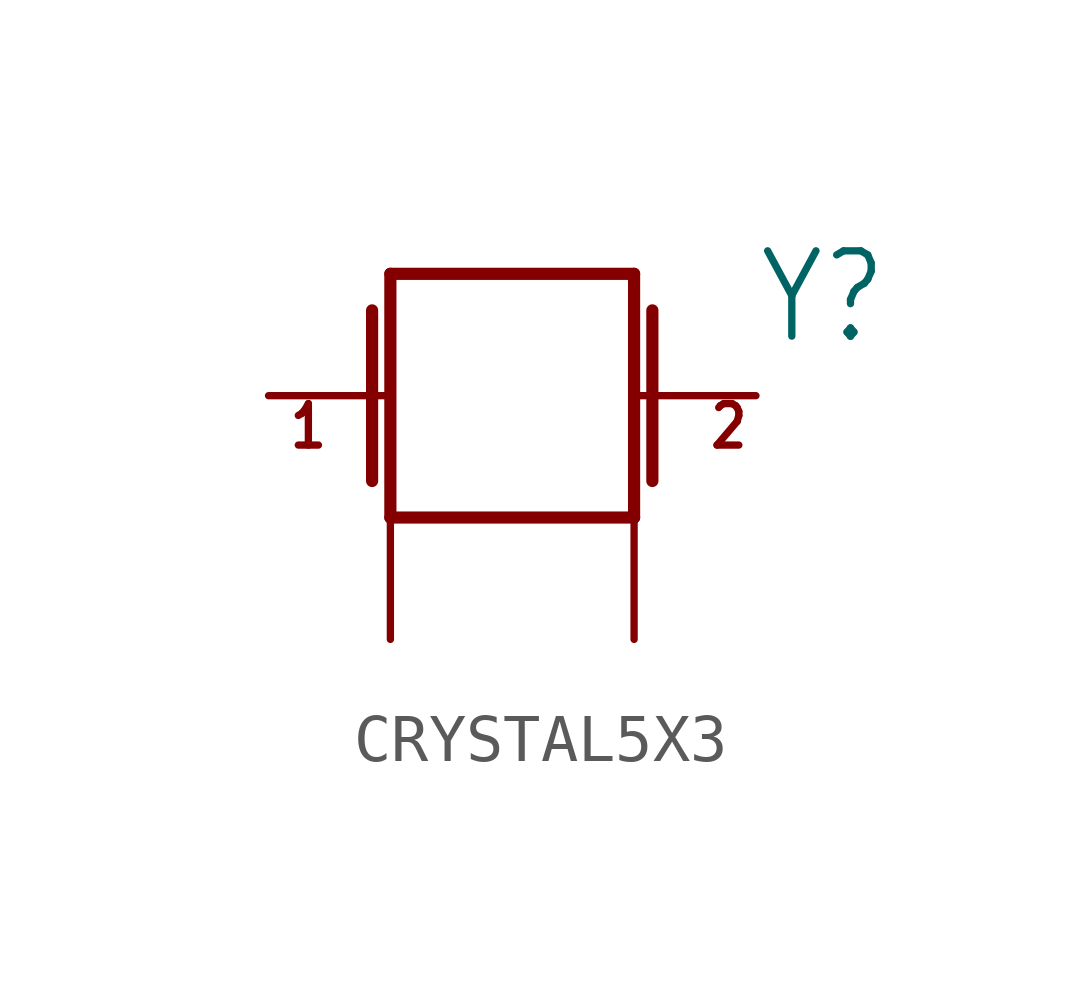
<source format=kicad_sym>
(kicad_symbol_lib
  (version 20231120)
  (generator "kicad_symbol_editor")
  (generator_version "8.0")
  (symbol "CRYSTAL5X3"
    (property "Reference" "Y"
      (at 5.08 1.016 0)
      (effects (font (size 1.778 1.511)) (justify left bottom)))
    (property "Value" ""
      (at 5.08 -2.54 0)
      (effects (font (size 1.778 1.511)) (justify left bottom)))
    (property "ki_locked" ""
      (at 0 0 0)
      (effects (font (size 1.27 1.27))))
    (symbol "CRYSTAL5X3_1_0"
      (polyline (pts (xy -2.921 1.778) (xy -2.921 -1.778)) (stroke (width 0.254) (type solid)) (fill (type none)))
      (polyline (pts (xy -2.54 -2.54) (xy 2.54 -2.54)) (stroke (width 0.254) (type solid)) (fill (type none)))
      (polyline (pts (xy -2.54 2.54) (xy -2.54 -2.54)) (stroke (width 0.254) (type solid)) (fill (type none)))
      (polyline (pts (xy 2.54 -2.54) (xy 2.54 2.54)) (stroke (width 0.254) (type solid)) (fill (type none)))
      (polyline (pts (xy 2.54 2.54) (xy -2.54 2.54)) (stroke (width 0.254) (type solid)) (fill (type none)))
      (polyline (pts (xy 2.921 1.778) (xy 2.921 -1.778)) (stroke (width 0.254) (type solid)) (fill (type none)))
      (text "1" (at -4.699 -1.143 0) (effects (font (size 0.864 0.734)) (justify left bottom)))
      (text "2" (at 4.064 -1.143 0) (effects (font (size 0.864 0.734)) (justify left bottom)))
      (pin passive line (at 5.08 0 180) (length 2.54) (name "1" (effects (font (size 0 0)))) (number "1" (effects (font (size 0 0)))))
      (pin power_in line (at -2.54 -5.08 90) (length 2.54) (name "P$1" (effects (font (size 0 0)))) (number "2" (effects (font (size 0 0)))))
      (pin passive line (at -5.08 0 0) (length 2.54) (name "2" (effects (font (size 0 0)))) (number "3" (effects (font (size 0 0)))))
      (pin power_in line (at 2.54 -5.08 90) (length 2.54) (name "P$2" (effects (font (size 0 0)))) (number "4" (effects (font (size 0 0))))))))
</source>
